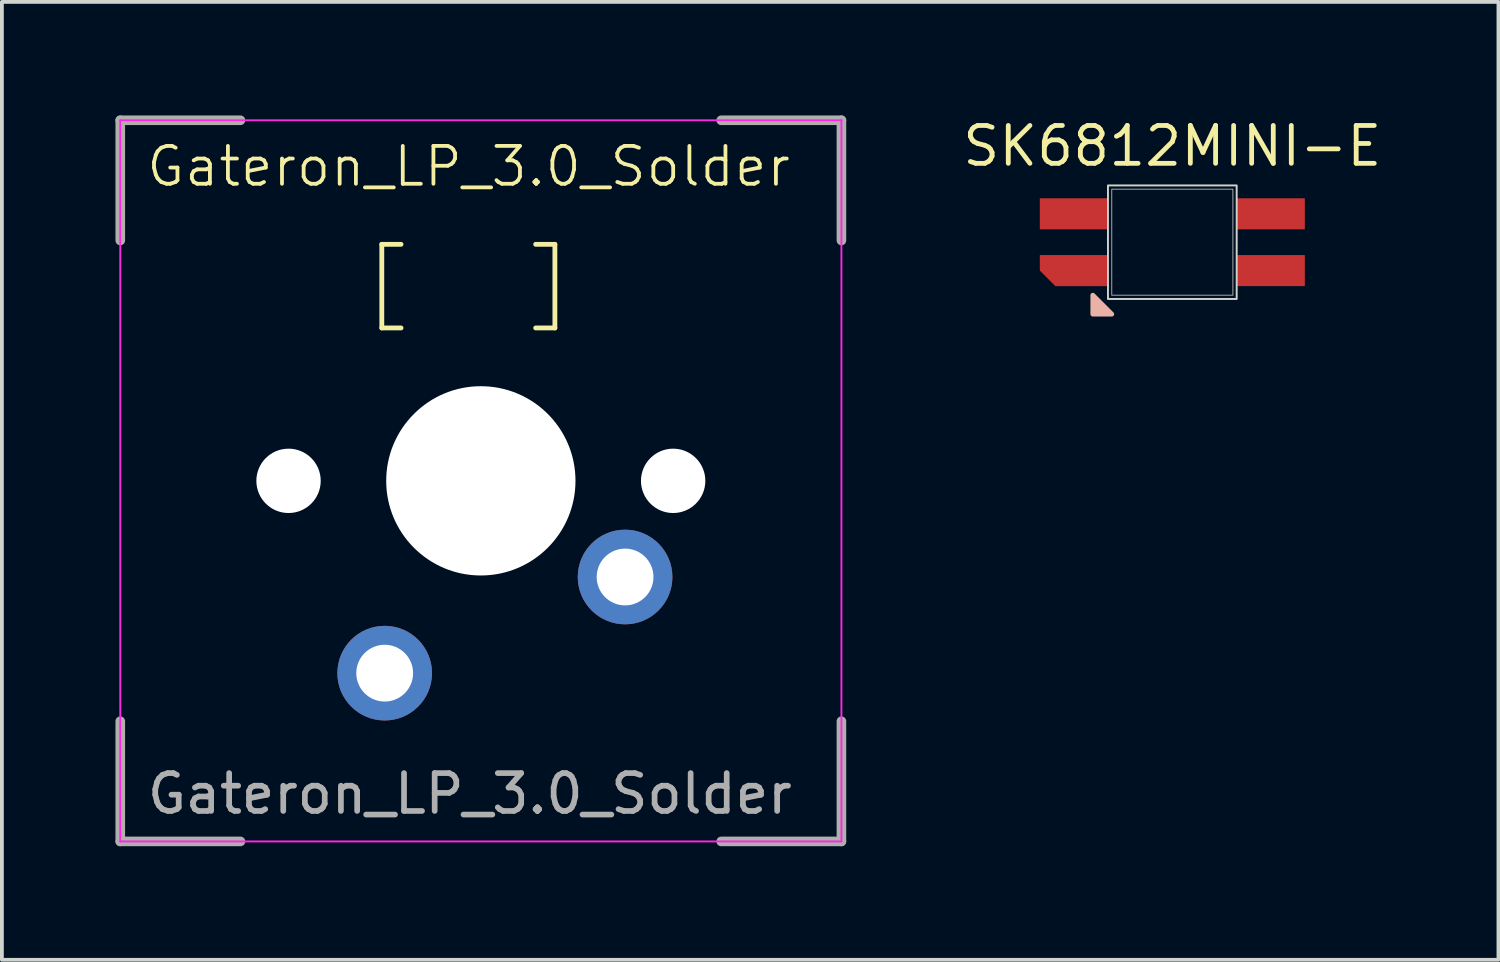
<source format=kicad_pcb>
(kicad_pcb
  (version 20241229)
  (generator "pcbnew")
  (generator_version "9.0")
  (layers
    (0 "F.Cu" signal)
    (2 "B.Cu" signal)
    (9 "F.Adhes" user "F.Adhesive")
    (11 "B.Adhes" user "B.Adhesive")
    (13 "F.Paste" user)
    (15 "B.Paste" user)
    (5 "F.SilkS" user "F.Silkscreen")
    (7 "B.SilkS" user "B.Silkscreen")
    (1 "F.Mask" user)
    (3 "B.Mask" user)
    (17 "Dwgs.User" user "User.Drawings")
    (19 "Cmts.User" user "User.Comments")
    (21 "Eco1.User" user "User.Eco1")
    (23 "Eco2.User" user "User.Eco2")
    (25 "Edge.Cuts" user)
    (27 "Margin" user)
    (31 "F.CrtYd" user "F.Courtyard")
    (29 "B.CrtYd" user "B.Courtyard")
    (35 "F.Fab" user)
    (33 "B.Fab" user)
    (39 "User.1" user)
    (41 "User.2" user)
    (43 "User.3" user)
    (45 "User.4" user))
  (footprint "Gateron_LP_3.0_Solder"
    (layer "F.Cu")
    (at 9.652 9.652)
    (property "Reference" "Gateron_LP_3.0_Solder" (at -8.89 -8.89 0) (unlocked yes) (layer "F.SilkS") (effects (font (size 1 1) (thickness 0.1)) (justify left top)))
    (attr smd)
    (fp_line (start -2.616 -6.248) (end -2.616 -4.039) (stroke (width 0.127) (type default)) (layer "F.SilkS"))
    (fp_line (start -2.616 -6.248) (end -2.108 -6.248) (stroke (width 0.127) (type default)) (layer "F.SilkS"))
    (fp_line (start -2.108 -4.039) (end -2.616 -4.039) (stroke (width 0.127) (type default)) (layer "F.SilkS"))
    (fp_line (start 1.448 -6.248) (end 1.956 -6.248) (stroke (width 0.127) (type default)) (layer "F.SilkS"))
    (fp_line (start 1.956 -6.248) (end 1.956 -4.039) (stroke (width 0.127) (type default)) (layer "F.SilkS"))
    (fp_line (start 1.956 -4.039) (end 1.448 -4.039) (stroke (width 0.127) (type default)) (layer "F.SilkS"))
    (fp_line (start -9.525 -9.525) (end 9.525 -9.525) (stroke (width 0.05) (type default)) (layer "F.CrtYd"))
    (fp_line (start -9.525 9.525) (end -9.525 -9.525) (stroke (width 0.05) (type default)) (layer "F.CrtYd"))
    (fp_line (start 9.525 -9.525) (end 9.525 9.525) (stroke (width 0.05) (type default)) (layer "F.CrtYd"))
    (fp_line (start 9.525 9.525) (end -9.525 9.525) (stroke (width 0.05) (type default)) (layer "F.CrtYd"))
    (fp_line (start -9.525 -9.525) (end -6.35 -9.525) (stroke (width 0.254) (type default)) (layer "F.Fab"))
    (fp_line (start -9.525 -6.35) (end -9.525 -9.525) (stroke (width 0.254) (type default)) (layer "F.Fab"))
    (fp_line (start -9.525 9.525) (end -9.525 6.35) (stroke (width 0.254) (type default)) (layer "F.Fab"))
    (fp_line (start -6.35 9.525) (end -9.525 9.525) (stroke (width 0.254) (type default)) (layer "F.Fab"))
    (fp_line (start 6.35 -9.525) (end 9.525 -9.525) (stroke (width 0.254) (type default)) (layer "F.Fab"))
    (fp_line (start 6.35 9.525) (end 9.525 9.525) (stroke (width 0.254) (type default)) (layer "F.Fab"))
    (fp_line (start 9.525 -9.525) (end 9.525 -6.35) (stroke (width 0.254) (type default)) (layer "F.Fab"))
    (fp_line (start 9.525 9.525) (end 9.525 6.35) (stroke (width 0.254) (type default)) (layer "F.Fab"))
    (fp_line (start -7 -7) (end 7 -7) (stroke (width 0.1) (type default)) (layer "User.1"))
    (fp_line (start -7 7) (end -7 -7) (stroke (width 0.1) (type default)) (layer "User.1"))
    (fp_line (start 7 -7) (end 7 7) (stroke (width 0.1) (type default)) (layer "User.1"))
    (fp_line (start 7 7) (end -7 7) (stroke (width 0.1) (type default)) (layer "User.1"))
    (fp_line (start -8 -8) (end 8 -8) (stroke (width 0.1) (type default)) (layer "User.2"))
    (fp_line (start -8 8) (end -8 -8) (stroke (width 0.1) (type default)) (layer "User.2"))
    (fp_line (start 8 -8) (end 8 8) (stroke (width 0.1) (type default)) (layer "User.2"))
    (fp_line (start 8 8) (end -8 8) (stroke (width 0.1) (type default)) (layer "User.2"))
    (fp_text user "${REFERENCE}" (at -8.89 8.85 0) (unlocked yes) (layer "F.Fab") (effects (font (size 1 1) (thickness 0.15)) (justify left bottom)))
    (pad "" np_thru_hole circle (at -5.08 0) (size 1.7 1.7) (drill 1.7) (layers "F.Cu" "F.Mask" "F.Paste"))
    (pad "" np_thru_hole circle (at 0 0) (size 5 5) (drill 5) (layers "F.Cu" "F.Mask" "F.Paste"))
    (pad "" np_thru_hole circle (at 5.08 0) (size 1.7 1.7) (drill 1.7) (layers "F.Cu" "F.Mask" "F.Paste"))
    (pad "1" thru_hole circle (at -2.54 5.08) (size 2.5 2.5) (drill 1.5) (layers "*.Cu" "*.Paste" "*.Mask"))
    (pad "2" thru_hole circle (at 3.81 2.54) (size 2.5 2.5) (drill 1.5) (layers "*.Cu" "*.Paste" "*.Mask")))
  (footprint "SK6812MINI-E"
    (layer "F.Cu")
    (at 27.918 3.348)
    (property "Reference" "SK6812MINI-E" (at 0 -2.54 0) (unlocked yes) (layer "F.SilkS") (effects (font (size 1 1) (thickness 0.127))))
    (attr smd)
    (fp_poly (pts (xy -1.6 1.9) (xy -2.1 1.4) (xy -2.1 1.9)) (stroke (width 0.127) (type solid)) (fill yes) (layer "B.SilkS"))
    (fp_rect (start 1.7 -1.5) (end -1.7 1.5) (stroke (width 0.051) (type default)) (fill no) (layer "Edge.Cuts"))
    (fp_rect (start 1.6 -1.4) (end -1.6 1.4) (stroke (width 0.025) (type solid)) (fill no) (layer "F.Fab"))
    (pad "1" smd roundrect (at -2.6 0.75) (size 1.8 0.82) (layers "F.Cu" "F.Mask" "F.Paste") (roundrect_rratio 0) (chamfer_ratio 0.5) (chamfer bottom_left))
    (pad "2" smd rect (at -2.6 -0.75) (size 1.8 0.82) (layers "F.Cu" "F.Mask" "F.Paste"))
    (pad "3" smd rect (at 2.6 -0.75) (size 1.8 0.82) (layers "F.Cu" "F.Mask" "F.Paste"))
    (pad "4" smd rect (at 2.6 0.75) (size 1.8 0.82) (layers "F.Cu" "F.Mask" "F.Paste")))
  (gr_rect
    (start -3 -3)
    (end 36.533 22.304)
    (stroke (width 0.1) (type default))
    (fill no)
    (layer "Edge.Cuts")))
</source>
